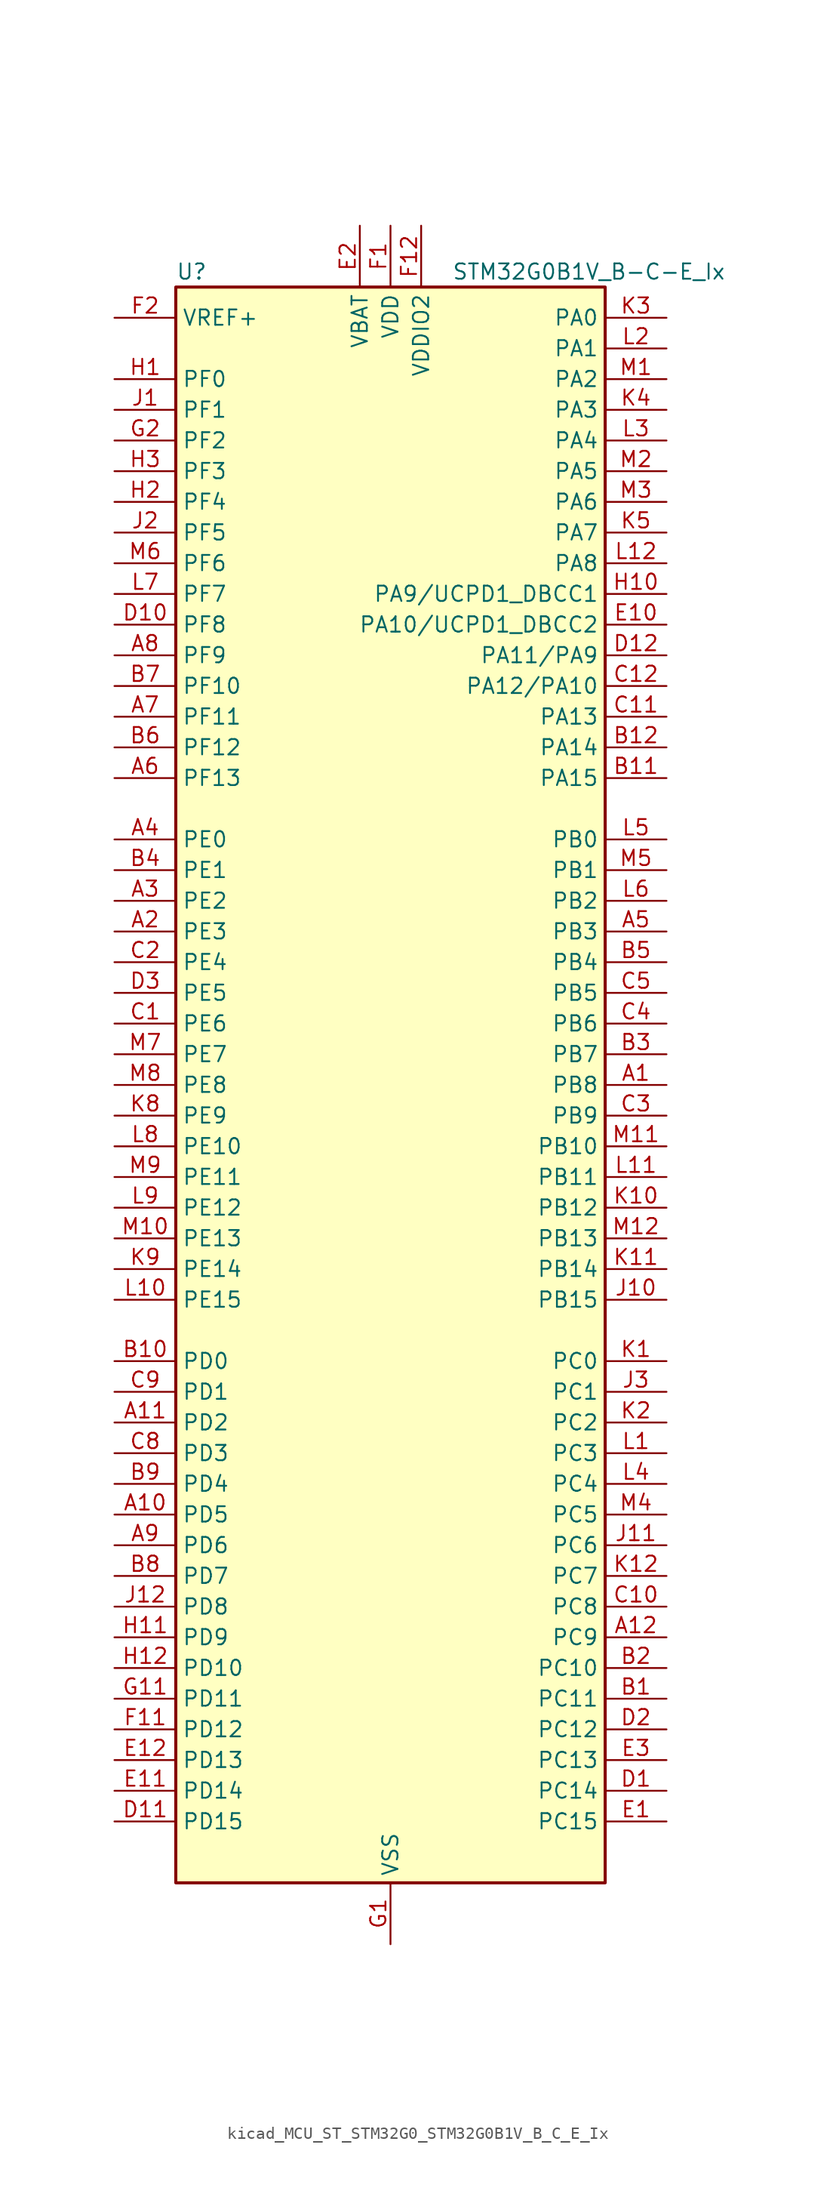
<source format=kicad_sym>
(kicad_symbol_lib
  (version 20220914)
  (generator kicad_symbol_editor)
  (symbol "kicad_MCU_ST_STM32G0_STM32G0B1V_B_C_E_Ix"
    (property "Reference" "U"
      (at -17.78 67.31 0)
      (effects (font (size 1.27 1.27)) (justify left)))
    (property "Value" "STM32G0B1V_B-C-E_Ix"
      (at 5.08 67.31 0)
      (effects (font (size 1.27 1.27)) (justify left)))
    (property "ki_locked" ""
      (at 0 0 0)
      (effects (font (size 1.27 1.27))))
    (symbol "kicad_MCU_ST_STM32G0_STM32G0B1V_B_C_E_Ix_0_1"
      (rectangle (start -17.78 -66.04) (end 17.78 66.04) (stroke (width 0.254) (type default)) (fill (type background))))
    (symbol "kicad_MCU_ST_STM32G0_STM32G0B1V_B_C_E_Ix_1_1"
      (pin bidirectional line (at 22.86 0 180) (length 5.08) (name "PB8" (effects (font (size 1.27 1.27)))) (number "A1" (effects (font (size 1.27 1.27)))) (alternate "CEC" bidirectional line) (alternate "FDCAN1_RX" bidirectional line) (alternate "I2C1_SCL" bidirectional line) (alternate "I2S2_CK" bidirectional line) (alternate "SPI2_SCK" bidirectional line) (alternate "TIM15_BK" bidirectional line) (alternate "TIM16_CH1" bidirectional line) (alternate "TIM4_CH3" bidirectional line) (alternate "USART3_TX" bidirectional line) (alternate "USART6_TX" bidirectional line))
      (pin bidirectional line (at -22.86 -35.56 0) (length 5.08) (name "PD5" (effects (font (size 1.27 1.27)))) (number "A10" (effects (font (size 1.27 1.27)))) (alternate "I2S1_MCK" bidirectional line) (alternate "SPI1_MISO" bidirectional line) (alternate "TIM1_BK" bidirectional line) (alternate "USART2_TX" bidirectional line) (alternate "USART5_CTS" bidirectional line) (alternate "USART5_NSS" bidirectional line))
      (pin bidirectional line (at -22.86 -27.94 0) (length 5.08) (name "PD2" (effects (font (size 1.27 1.27)))) (number "A11" (effects (font (size 1.27 1.27)))) (alternate "TIM1_CH1N" bidirectional line) (alternate "TIM3_ETR" bidirectional line) (alternate "UCPD2_CC2" bidirectional line) (alternate "USART3_CK" bidirectional line) (alternate "USART3_DE" bidirectional line) (alternate "USART3_RTS" bidirectional line) (alternate "USART5_RX" bidirectional line))
      (pin bidirectional line (at 22.86 -45.72 180) (length 5.08) (name "PC9" (effects (font (size 1.27 1.27)))) (number "A12" (effects (font (size 1.27 1.27)))) (alternate "DAC1_EXTI9" bidirectional line) (alternate "I2S_CKIN" bidirectional line) (alternate "LPUART2_DE" bidirectional line) (alternate "LPUART2_RTS" bidirectional line) (alternate "TIM1_CH2" bidirectional line) (alternate "TIM3_CH4" bidirectional line) (alternate "USB_NOE" bidirectional line))
      (pin bidirectional line (at -22.86 12.7 0) (length 5.08) (name "PE3" (effects (font (size 1.27 1.27)))) (number "A2" (effects (font (size 1.27 1.27)))) (alternate "TIM3_CH1" bidirectional line))
      (pin bidirectional line (at -22.86 15.24 0) (length 5.08) (name "PE2" (effects (font (size 1.27 1.27)))) (number "A3" (effects (font (size 1.27 1.27)))) (alternate "TIM3_ETR" bidirectional line))
      (pin bidirectional line (at -22.86 20.32 0) (length 5.08) (name "PE0" (effects (font (size 1.27 1.27)))) (number "A4" (effects (font (size 1.27 1.27)))) (alternate "TIM16_CH1" bidirectional line) (alternate "TIM4_ETR" bidirectional line))
      (pin bidirectional line (at 22.86 12.7 180) (length 5.08) (name "PB3" (effects (font (size 1.27 1.27)))) (number "A5" (effects (font (size 1.27 1.27)))) (alternate "COMP2_INM" bidirectional line) (alternate "I2C2_SCL" bidirectional line) (alternate "I2C3_SCL" bidirectional line) (alternate "I2S1_CK" bidirectional line) (alternate "SPI1_SCK" bidirectional line) (alternate "SPI3_SCK" bidirectional line) (alternate "TIM1_CH2" bidirectional line) (alternate "TIM2_CH2" bidirectional line) (alternate "USART1_CK" bidirectional line) (alternate "USART1_DE" bidirectional line) (alternate "USART1_RTS" bidirectional line) (alternate "USART5_TX" bidirectional line))
      (pin bidirectional line (at -22.86 25.4 0) (length 5.08) (name "PF13" (effects (font (size 1.27 1.27)))) (number "A6" (effects (font (size 1.27 1.27)))) (alternate "TIM15_CH2" bidirectional line))
      (pin bidirectional line (at -22.86 30.48 0) (length 5.08) (name "PF11" (effects (font (size 1.27 1.27)))) (number "A7" (effects (font (size 1.27 1.27)))) (alternate "ADC1_EXTI11" bidirectional line) (alternate "USART6_CK" bidirectional line) (alternate "USART6_DE" bidirectional line) (alternate "USART6_RTS" bidirectional line))
      (pin bidirectional line (at -22.86 35.56 0) (length 5.08) (name "PF9" (effects (font (size 1.27 1.27)))) (number "A8" (effects (font (size 1.27 1.27)))) (alternate "DAC1_EXTI9" bidirectional line) (alternate "USART6_TX" bidirectional line))
      (pin bidirectional line (at -22.86 -38.1 0) (length 5.08) (name "PD6" (effects (font (size 1.27 1.27)))) (number "A9" (effects (font (size 1.27 1.27)))) (alternate "I2S1_SD" bidirectional line) (alternate "LPTIM2_OUT" bidirectional line) (alternate "SPI1_MOSI" bidirectional line) (alternate "USART2_RX" bidirectional line))
      (pin bidirectional line (at 22.86 -50.8 180) (length 5.08) (name "PC11" (effects (font (size 1.27 1.27)))) (number "B1" (effects (font (size 1.27 1.27)))) (alternate "ADC1_EXTI11" bidirectional line) (alternate "SPI3_MISO" bidirectional line) (alternate "TIM1_CH4" bidirectional line) (alternate "USART3_RX" bidirectional line) (alternate "USART4_RX" bidirectional line))
      (pin bidirectional line (at -22.86 -22.86 0) (length 5.08) (name "PD0" (effects (font (size 1.27 1.27)))) (number "B10" (effects (font (size 1.27 1.27)))) (alternate "FDCAN1_RX" bidirectional line) (alternate "I2S2_WS" bidirectional line) (alternate "SPI2_NSS" bidirectional line) (alternate "TIM16_CH1" bidirectional line) (alternate "UCPD2_CC1" bidirectional line))
      (pin bidirectional line (at 22.86 25.4 180) (length 5.08) (name "PA15" (effects (font (size 1.27 1.27)))) (number "B11" (effects (font (size 1.27 1.27)))) (alternate "I2C2_SMBA" bidirectional line) (alternate "I2S1_WS" bidirectional line) (alternate "RCC_MCO_2" bidirectional line) (alternate "SPI1_NSS" bidirectional line) (alternate "SPI3_NSS" bidirectional line) (alternate "TIM2_CH1" bidirectional line) (alternate "TIM2_ETR" bidirectional line) (alternate "USART2_RX" bidirectional line) (alternate "USART3_CK" bidirectional line) (alternate "USART3_DE" bidirectional line) (alternate "USART3_RTS" bidirectional line) (alternate "USART4_CK" bidirectional line) (alternate "USART4_DE" bidirectional line) (alternate "USART4_RTS" bidirectional line) (alternate "USB_NOE" bidirectional line))
      (pin bidirectional line (at 22.86 27.94 180) (length 5.08) (name "PA14" (effects (font (size 1.27 1.27)))) (number "B12" (effects (font (size 1.27 1.27)))) (alternate "LPUART2_TX" bidirectional line) (alternate "SYS_SWCLK" bidirectional line) (alternate "USART2_TX" bidirectional line))
      (pin bidirectional line (at 22.86 -48.26 180) (length 5.08) (name "PC10" (effects (font (size 1.27 1.27)))) (number "B2" (effects (font (size 1.27 1.27)))) (alternate "SPI3_SCK" bidirectional line) (alternate "TIM1_CH3" bidirectional line) (alternate "USART3_TX" bidirectional line) (alternate "USART4_TX" bidirectional line))
      (pin bidirectional line (at 22.86 2.54 180) (length 5.08) (name "PB7" (effects (font (size 1.27 1.27)))) (number "B3" (effects (font (size 1.27 1.27)))) (alternate "COMP2_INM" bidirectional line) (alternate "I2C1_SDA" bidirectional line) (alternate "I2S2_SD" bidirectional line) (alternate "LPTIM1_IN2" bidirectional line) (alternate "LPUART2_RX" bidirectional line) (alternate "SPI2_MOSI" bidirectional line) (alternate "SYS_PVD_IN" bidirectional line) (alternate "TIM17_CH1N" bidirectional line) (alternate "TIM4_CH2" bidirectional line) (alternate "USART1_RX" bidirectional line) (alternate "USART4_CTS" bidirectional line) (alternate "USART4_NSS" bidirectional line))
      (pin bidirectional line (at -22.86 17.78 0) (length 5.08) (name "PE1" (effects (font (size 1.27 1.27)))) (number "B4" (effects (font (size 1.27 1.27)))) (alternate "TIM17_CH1" bidirectional line))
      (pin bidirectional line (at 22.86 10.16 180) (length 5.08) (name "PB4" (effects (font (size 1.27 1.27)))) (number "B5" (effects (font (size 1.27 1.27)))) (alternate "COMP2_INP" bidirectional line) (alternate "I2C2_SDA" bidirectional line) (alternate "I2C3_SDA" bidirectional line) (alternate "I2S1_MCK" bidirectional line) (alternate "SPI1_MISO" bidirectional line) (alternate "SPI3_MISO" bidirectional line) (alternate "TIM17_BK" bidirectional line) (alternate "TIM3_CH1" bidirectional line) (alternate "USART1_CTS" bidirectional line) (alternate "USART1_NSS" bidirectional line) (alternate "USART5_RX" bidirectional line))
      (pin bidirectional line (at -22.86 27.94 0) (length 5.08) (name "PF12" (effects (font (size 1.27 1.27)))) (number "B6" (effects (font (size 1.27 1.27)))) (alternate "TIM15_CH1" bidirectional line) (alternate "USART6_CTS" bidirectional line) (alternate "USART6_NSS" bidirectional line))
      (pin bidirectional line (at -22.86 33.02 0) (length 5.08) (name "PF10" (effects (font (size 1.27 1.27)))) (number "B7" (effects (font (size 1.27 1.27)))) (alternate "USART6_RX" bidirectional line))
      (pin bidirectional line (at -22.86 -40.64 0) (length 5.08) (name "PD7" (effects (font (size 1.27 1.27)))) (number "B8" (effects (font (size 1.27 1.27)))) (alternate "RCC_MCO_2" bidirectional line))
      (pin bidirectional line (at -22.86 -33.02 0) (length 5.08) (name "PD4" (effects (font (size 1.27 1.27)))) (number "B9" (effects (font (size 1.27 1.27)))) (alternate "I2S2_SD" bidirectional line) (alternate "SPI2_MOSI" bidirectional line) (alternate "TIM1_CH3N" bidirectional line) (alternate "USART2_CK" bidirectional line) (alternate "USART2_DE" bidirectional line) (alternate "USART2_RTS" bidirectional line) (alternate "USART5_CK" bidirectional line) (alternate "USART5_DE" bidirectional line) (alternate "USART5_RTS" bidirectional line))
      (pin bidirectional line (at -22.86 5.08 0) (length 5.08) (name "PE6" (effects (font (size 1.27 1.27)))) (number "C1" (effects (font (size 1.27 1.27)))) (alternate "RTC_TAMP_IN3" bidirectional line) (alternate "SYS_WKUP3" bidirectional line) (alternate "TIM3_CH4" bidirectional line))
      (pin bidirectional line (at 22.86 -43.18 180) (length 5.08) (name "PC8" (effects (font (size 1.27 1.27)))) (number "C10" (effects (font (size 1.27 1.27)))) (alternate "LPUART2_CTS" bidirectional line) (alternate "TIM1_CH1" bidirectional line) (alternate "TIM3_CH3" bidirectional line) (alternate "UCPD2_FRSTX1" bidirectional line) (alternate "UCPD2_FRSTX2" bidirectional line))
      (pin bidirectional line (at 22.86 30.48 180) (length 5.08) (name "PA13" (effects (font (size 1.27 1.27)))) (number "C11" (effects (font (size 1.27 1.27)))) (alternate "IR_OUT" bidirectional line) (alternate "LPUART2_RX" bidirectional line) (alternate "SYS_SWDIO" bidirectional line) (alternate "USB_NOE" bidirectional line))
      (pin bidirectional line (at 22.86 33.02 180) (length 5.08) (name "PA12/PA10" (effects (font (size 1.27 1.27)))) (number "C12" (effects (font (size 1.27 1.27)))) (alternate "COMP2_OUT" bidirectional line) (alternate "FDCAN1_TX" bidirectional line) (alternate "I2C2_SDA" bidirectional line) (alternate "I2S1_SD" bidirectional line) (alternate "I2S_CKIN" bidirectional line) (alternate "SPI1_MOSI" bidirectional line) (alternate "TIM1_ETR" bidirectional line) (alternate "USART1_CK" bidirectional line) (alternate "USART1_DE" bidirectional line) (alternate "USART1_RTS" bidirectional line) (alternate "USB_DP" bidirectional line))
      (pin bidirectional line (at -22.86 10.16 0) (length 5.08) (name "PE4" (effects (font (size 1.27 1.27)))) (number "C2" (effects (font (size 1.27 1.27)))) (alternate "TIM3_CH2" bidirectional line))
      (pin bidirectional line (at 22.86 -2.54 180) (length 5.08) (name "PB9" (effects (font (size 1.27 1.27)))) (number "C3" (effects (font (size 1.27 1.27)))) (alternate "DAC1_EXTI9" bidirectional line) (alternate "FDCAN1_TX" bidirectional line) (alternate "I2C1_SDA" bidirectional line) (alternate "I2S2_WS" bidirectional line) (alternate "IR_OUT" bidirectional line) (alternate "SPI2_NSS" bidirectional line) (alternate "TIM17_CH1" bidirectional line) (alternate "TIM4_CH4" bidirectional line) (alternate "UCPD2_FRSTX1" bidirectional line) (alternate "UCPD2_FRSTX2" bidirectional line) (alternate "USART3_RX" bidirectional line) (alternate "USART6_RX" bidirectional line))
      (pin bidirectional line (at 22.86 5.08 180) (length 5.08) (name "PB6" (effects (font (size 1.27 1.27)))) (number "C4" (effects (font (size 1.27 1.27)))) (alternate "COMP2_INP" bidirectional line) (alternate "FDCAN2_TX" bidirectional line) (alternate "I2C1_SCL" bidirectional line) (alternate "I2S2_MCK" bidirectional line) (alternate "LPTIM1_ETR" bidirectional line) (alternate "LPUART2_TX" bidirectional line) (alternate "SPI2_MISO" bidirectional line) (alternate "TIM16_CH1N" bidirectional line) (alternate "TIM1_CH3" bidirectional line) (alternate "TIM4_CH1" bidirectional line) (alternate "USART1_TX" bidirectional line) (alternate "USART5_CTS" bidirectional line) (alternate "USART5_NSS" bidirectional line))
      (pin bidirectional line (at 22.86 7.62 180) (length 5.08) (name "PB5" (effects (font (size 1.27 1.27)))) (number "C5" (effects (font (size 1.27 1.27)))) (alternate "COMP2_OUT" bidirectional line) (alternate "FDCAN2_RX" bidirectional line) (alternate "I2C1_SMBA" bidirectional line) (alternate "I2S1_SD" bidirectional line) (alternate "LPTIM1_IN1" bidirectional line) (alternate "SPI1_MOSI" bidirectional line) (alternate "SPI3_MOSI" bidirectional line) (alternate "SYS_WKUP6" bidirectional line) (alternate "TIM16_BK" bidirectional line) (alternate "TIM3_CH2" bidirectional line) (alternate "USART5_CK" bidirectional line) (alternate "USART5_DE" bidirectional line) (alternate "USART5_RTS" bidirectional line))
      (pin bidirectional line (at -22.86 -30.48 0) (length 5.08) (name "PD3" (effects (font (size 1.27 1.27)))) (number "C8" (effects (font (size 1.27 1.27)))) (alternate "I2S2_MCK" bidirectional line) (alternate "SPI2_MISO" bidirectional line) (alternate "TIM1_CH2N" bidirectional line) (alternate "UCPD2_DBCC2" bidirectional line) (alternate "USART2_CTS" bidirectional line) (alternate "USART2_NSS" bidirectional line) (alternate "USART5_TX" bidirectional line))
      (pin bidirectional line (at -22.86 -25.4 0) (length 5.08) (name "PD1" (effects (font (size 1.27 1.27)))) (number "C9" (effects (font (size 1.27 1.27)))) (alternate "FDCAN1_TX" bidirectional line) (alternate "I2S2_CK" bidirectional line) (alternate "SPI2_SCK" bidirectional line) (alternate "TIM17_CH1" bidirectional line) (alternate "UCPD2_DBCC1" bidirectional line))
      (pin bidirectional line (at 22.86 -58.42 180) (length 5.08) (name "PC14" (effects (font (size 1.27 1.27)))) (number "D1" (effects (font (size 1.27 1.27)))) (alternate "RCC_OSC32_IN" bidirectional line) (alternate "TIM1_BK2" bidirectional line))
      (pin bidirectional line (at -22.86 38.1 0) (length 5.08) (name "PF8" (effects (font (size 1.27 1.27)))) (number "D10" (effects (font (size 1.27 1.27)))))
      (pin bidirectional line (at -22.86 -60.96 0) (length 5.08) (name "PD15" (effects (font (size 1.27 1.27)))) (number "D11" (effects (font (size 1.27 1.27)))) (alternate "CRS1_SYNC" bidirectional line) (alternate "FDCAN2_TX" bidirectional line) (alternate "LPUART2_DE" bidirectional line) (alternate "LPUART2_RTS" bidirectional line) (alternate "TIM4_CH4" bidirectional line))
      (pin bidirectional line (at 22.86 35.56 180) (length 5.08) (name "PA11/PA9" (effects (font (size 1.27 1.27)))) (number "D12" (effects (font (size 1.27 1.27)))) (alternate "ADC1_EXTI11" bidirectional line) (alternate "COMP1_OUT" bidirectional line) (alternate "FDCAN1_RX" bidirectional line) (alternate "I2C2_SCL" bidirectional line) (alternate "I2S1_MCK" bidirectional line) (alternate "SPI1_MISO" bidirectional line) (alternate "TIM1_BK2" bidirectional line) (alternate "TIM1_CH4" bidirectional line) (alternate "USART1_CTS" bidirectional line) (alternate "USART1_NSS" bidirectional line) (alternate "USB_DM" bidirectional line))
      (pin bidirectional line (at 22.86 -53.34 180) (length 5.08) (name "PC12" (effects (font (size 1.27 1.27)))) (number "D2" (effects (font (size 1.27 1.27)))) (alternate "LPTIM1_IN1" bidirectional line) (alternate "SPI3_MOSI" bidirectional line) (alternate "TIM14_CH1" bidirectional line) (alternate "UCPD1_FRSTX1" bidirectional line) (alternate "UCPD1_FRSTX2" bidirectional line) (alternate "USART5_TX" bidirectional line))
      (pin bidirectional line (at -22.86 7.62 0) (length 5.08) (name "PE5" (effects (font (size 1.27 1.27)))) (number "D3" (effects (font (size 1.27 1.27)))) (alternate "TIM3_CH3" bidirectional line))
      (pin bidirectional line (at 22.86 -60.96 180) (length 5.08) (name "PC15" (effects (font (size 1.27 1.27)))) (number "E1" (effects (font (size 1.27 1.27)))) (alternate "RCC_OSC32_EN" bidirectional line) (alternate "RCC_OSC32_OUT" bidirectional line) (alternate "RCC_OSC_EN" bidirectional line) (alternate "TIM15_BK" bidirectional line))
      (pin bidirectional line (at 22.86 38.1 180) (length 5.08) (name "PA10/UCPD1_DBCC2" (effects (font (size 1.27 1.27)))) (number "E10" (effects (font (size 1.27 1.27)))) (alternate "I2C1_SDA" bidirectional line) (alternate "I2C2_SDA" bidirectional line) (alternate "I2S2_SD" bidirectional line) (alternate "RCC_MCO_2" bidirectional line) (alternate "SPI2_MOSI" bidirectional line) (alternate "TIM17_BK" bidirectional line) (alternate "TIM1_CH3" bidirectional line) (alternate "UCPD1_DBCC2" bidirectional line) (alternate "USART1_RX" bidirectional line))
      (pin bidirectional line (at -22.86 -58.42 0) (length 5.08) (name "PD14" (effects (font (size 1.27 1.27)))) (number "E11" (effects (font (size 1.27 1.27)))) (alternate "FDCAN2_RX" bidirectional line) (alternate "LPUART2_CTS" bidirectional line) (alternate "TIM4_CH3" bidirectional line))
      (pin bidirectional line (at -22.86 -55.88 0) (length 5.08) (name "PD13" (effects (font (size 1.27 1.27)))) (number "E12" (effects (font (size 1.27 1.27)))) (alternate "FDCAN1_TX" bidirectional line) (alternate "LPTIM2_OUT" bidirectional line) (alternate "TIM4_CH2" bidirectional line))
      (pin power_in line (at -2.54 71.12 270) (length 5.08) (name "VBAT" (effects (font (size 1.27 1.27)))) (number "E2" (effects (font (size 1.27 1.27)))))
      (pin bidirectional line (at 22.86 -55.88 180) (length 5.08) (name "PC13" (effects (font (size 1.27 1.27)))) (number "E3" (effects (font (size 1.27 1.27)))) (alternate "RTC_OUT1" bidirectional line) (alternate "RTC_TAMP_IN1" bidirectional line) (alternate "RTC_TS" bidirectional line) (alternate "SYS_WKUP2" bidirectional line) (alternate "TIM1_BK" bidirectional line))
      (pin power_in line (at 0 71.12 270) (length 5.08) (name "VDD" (effects (font (size 1.27 1.27)))) (number "F1" (effects (font (size 1.27 1.27)))))
      (pin bidirectional line (at -22.86 -53.34 0) (length 5.08) (name "PD12" (effects (font (size 1.27 1.27)))) (number "F11" (effects (font (size 1.27 1.27)))) (alternate "FDCAN1_RX" bidirectional line) (alternate "LPTIM2_IN1" bidirectional line) (alternate "TIM4_CH1" bidirectional line) (alternate "USART3_CK" bidirectional line) (alternate "USART3_DE" bidirectional line) (alternate "USART3_RTS" bidirectional line))
      (pin power_in line (at 2.54 71.12 270) (length 5.08) (name "VDDIO2" (effects (font (size 1.27 1.27)))) (number "F12" (effects (font (size 1.27 1.27)))))
      (pin input line (at -22.86 63.5 0) (length 5.08) (name "VREF+" (effects (font (size 1.27 1.27)))) (number "F2" (effects (font (size 1.27 1.27)))) (alternate "VREFBUF_OUT" bidirectional line))
      (pin power_in line (at 0 -71.12 90) (length 5.08) (name "VSS" (effects (font (size 1.27 1.27)))) (number "G1" (effects (font (size 1.27 1.27)))))
      (pin bidirectional line (at -22.86 -50.8 0) (length 5.08) (name "PD11" (effects (font (size 1.27 1.27)))) (number "G11" (effects (font (size 1.27 1.27)))) (alternate "ADC1_EXTI11" bidirectional line) (alternate "LPTIM2_ETR" bidirectional line) (alternate "USART3_CTS" bidirectional line) (alternate "USART3_NSS" bidirectional line))
      (pin passive line (at 0 -71.12 90) (length 5.08) hide (name "VSS" (effects (font (size 1.27 1.27)))) (number "G12" (effects (font (size 1.27 1.27)))))
      (pin bidirectional line (at -22.86 53.34 0) (length 5.08) (name "PF2" (effects (font (size 1.27 1.27)))) (number "G2" (effects (font (size 1.27 1.27)))) (alternate "LPUART2_DE" bidirectional line) (alternate "LPUART2_RTS" bidirectional line) (alternate "LPUART2_TX" bidirectional line) (alternate "RCC_MCO" bidirectional line))
      (pin bidirectional line (at -22.86 58.42 0) (length 5.08) (name "PF0" (effects (font (size 1.27 1.27)))) (number "H1" (effects (font (size 1.27 1.27)))) (alternate "CRS1_SYNC" bidirectional line) (alternate "RCC_OSC_IN" bidirectional line) (alternate "TIM14_CH1" bidirectional line))
      (pin bidirectional line (at 22.86 40.64 180) (length 5.08) (name "PA9/UCPD1_DBCC1" (effects (font (size 1.27 1.27)))) (number "H10" (effects (font (size 1.27 1.27)))) (alternate "DAC1_EXTI9" bidirectional line) (alternate "I2C1_SCL" bidirectional line) (alternate "I2C2_SCL" bidirectional line) (alternate "I2S2_MCK" bidirectional line) (alternate "RCC_MCO" bidirectional line) (alternate "SPI2_MISO" bidirectional line) (alternate "TIM15_BK" bidirectional line) (alternate "TIM1_CH2" bidirectional line) (alternate "UCPD1_DBCC1" bidirectional line) (alternate "USART1_TX" bidirectional line))
      (pin bidirectional line (at -22.86 -45.72 0) (length 5.08) (name "PD9" (effects (font (size 1.27 1.27)))) (number "H11" (effects (font (size 1.27 1.27)))) (alternate "DAC1_EXTI9" bidirectional line) (alternate "I2S1_WS" bidirectional line) (alternate "SPI1_NSS" bidirectional line) (alternate "TIM1_BK2" bidirectional line) (alternate "USART3_RX" bidirectional line))
      (pin bidirectional line (at -22.86 -48.26 0) (length 5.08) (name "PD10" (effects (font (size 1.27 1.27)))) (number "H12" (effects (font (size 1.27 1.27)))) (alternate "RCC_MCO" bidirectional line))
      (pin bidirectional line (at -22.86 48.26 0) (length 5.08) (name "PF4" (effects (font (size 1.27 1.27)))) (number "H2" (effects (font (size 1.27 1.27)))) (alternate "LPUART1_TX" bidirectional line))
      (pin bidirectional line (at -22.86 50.8 0) (length 5.08) (name "PF3" (effects (font (size 1.27 1.27)))) (number "H3" (effects (font (size 1.27 1.27)))) (alternate "LPUART2_RX" bidirectional line) (alternate "USART6_CK" bidirectional line) (alternate "USART6_DE" bidirectional line) (alternate "USART6_RTS" bidirectional line))
      (pin bidirectional line (at -22.86 55.88 0) (length 5.08) (name "PF1" (effects (font (size 1.27 1.27)))) (number "J1" (effects (font (size 1.27 1.27)))) (alternate "RCC_OSC_EN" bidirectional line) (alternate "RCC_OSC_OUT" bidirectional line) (alternate "TIM15_CH1N" bidirectional line))
      (pin bidirectional line (at 22.86 -17.78 180) (length 5.08) (name "PB15" (effects (font (size 1.27 1.27)))) (number "J10" (effects (font (size 1.27 1.27)))) (alternate "I2S2_SD" bidirectional line) (alternate "RTC_REFIN" bidirectional line) (alternate "SPI2_MOSI" bidirectional line) (alternate "TIM15_CH1N" bidirectional line) (alternate "TIM15_CH2" bidirectional line) (alternate "TIM1_CH3N" bidirectional line) (alternate "UCPD1_CC2" bidirectional line) (alternate "USART6_CTS" bidirectional line) (alternate "USART6_NSS" bidirectional line))
      (pin bidirectional line (at 22.86 -38.1 180) (length 5.08) (name "PC6" (effects (font (size 1.27 1.27)))) (number "J11" (effects (font (size 1.27 1.27)))) (alternate "LPUART2_TX" bidirectional line) (alternate "TIM2_CH3" bidirectional line) (alternate "TIM3_CH1" bidirectional line) (alternate "UCPD1_FRSTX1" bidirectional line) (alternate "UCPD1_FRSTX2" bidirectional line))
      (pin bidirectional line (at -22.86 -43.18 0) (length 5.08) (name "PD8" (effects (font (size 1.27 1.27)))) (number "J12" (effects (font (size 1.27 1.27)))) (alternate "I2S1_CK" bidirectional line) (alternate "LPTIM1_OUT" bidirectional line) (alternate "SPI1_SCK" bidirectional line) (alternate "USART3_TX" bidirectional line))
      (pin bidirectional line (at -22.86 45.72 0) (length 5.08) (name "PF5" (effects (font (size 1.27 1.27)))) (number "J2" (effects (font (size 1.27 1.27)))) (alternate "LPUART1_RX" bidirectional line))
      (pin bidirectional line (at 22.86 -25.4 180) (length 5.08) (name "PC1" (effects (font (size 1.27 1.27)))) (number "J3" (effects (font (size 1.27 1.27)))) (alternate "COMP3_INP" bidirectional line) (alternate "I2C3_SDA" bidirectional line) (alternate "LPTIM1_OUT" bidirectional line) (alternate "LPUART1_TX" bidirectional line) (alternate "LPUART2_RX" bidirectional line) (alternate "TIM15_CH1" bidirectional line) (alternate "USART6_RX" bidirectional line))
      (pin bidirectional line (at 22.86 -22.86 180) (length 5.08) (name "PC0" (effects (font (size 1.27 1.27)))) (number "K1" (effects (font (size 1.27 1.27)))) (alternate "COMP3_INM" bidirectional line) (alternate "COMP3_OUT" bidirectional line) (alternate "I2C3_SCL" bidirectional line) (alternate "LPTIM1_IN1" bidirectional line) (alternate "LPTIM2_IN1" bidirectional line) (alternate "LPUART1_RX" bidirectional line) (alternate "LPUART2_TX" bidirectional line) (alternate "USART6_TX" bidirectional line))
      (pin bidirectional line (at 22.86 -10.16 180) (length 5.08) (name "PB12" (effects (font (size 1.27 1.27)))) (number "K10" (effects (font (size 1.27 1.27)))) (alternate "ADC1_IN16" bidirectional line) (alternate "FDCAN2_RX" bidirectional line) (alternate "I2C2_SMBA" bidirectional line) (alternate "I2S2_WS" bidirectional line) (alternate "LPUART1_DE" bidirectional line) (alternate "LPUART1_RTS" bidirectional line) (alternate "SPI2_NSS" bidirectional line) (alternate "TIM15_BK" bidirectional line) (alternate "TIM1_BK" bidirectional line) (alternate "UCPD2_FRSTX1" bidirectional line) (alternate "UCPD2_FRSTX2" bidirectional line))
      (pin bidirectional line (at 22.86 -15.24 180) (length 5.08) (name "PB14" (effects (font (size 1.27 1.27)))) (number "K11" (effects (font (size 1.27 1.27)))) (alternate "I2C2_SDA" bidirectional line) (alternate "I2S2_MCK" bidirectional line) (alternate "SPI2_MISO" bidirectional line) (alternate "TIM15_CH1" bidirectional line) (alternate "TIM1_CH2N" bidirectional line) (alternate "UCPD1_FRSTX1" bidirectional line) (alternate "UCPD1_FRSTX2" bidirectional line) (alternate "USART3_CK" bidirectional line) (alternate "USART3_DE" bidirectional line) (alternate "USART3_RTS" bidirectional line) (alternate "USART6_CK" bidirectional line) (alternate "USART6_DE" bidirectional line) (alternate "USART6_RTS" bidirectional line))
      (pin bidirectional line (at 22.86 -40.64 180) (length 5.08) (name "PC7" (effects (font (size 1.27 1.27)))) (number "K12" (effects (font (size 1.27 1.27)))) (alternate "LPUART2_RX" bidirectional line) (alternate "TIM2_CH4" bidirectional line) (alternate "TIM3_CH2" bidirectional line) (alternate "UCPD2_FRSTX1" bidirectional line) (alternate "UCPD2_FRSTX2" bidirectional line))
      (pin bidirectional line (at 22.86 -27.94 180) (length 5.08) (name "PC2" (effects (font (size 1.27 1.27)))) (number "K2" (effects (font (size 1.27 1.27)))) (alternate "COMP3_OUT" bidirectional line) (alternate "FDCAN2_RX" bidirectional line) (alternate "I2S2_MCK" bidirectional line) (alternate "LPTIM1_IN2" bidirectional line) (alternate "SPI2_MISO" bidirectional line) (alternate "TIM15_CH2" bidirectional line))
      (pin bidirectional line (at 22.86 63.5 180) (length 5.08) (name "PA0" (effects (font (size 1.27 1.27)))) (number "K3" (effects (font (size 1.27 1.27)))) (alternate "ADC1_IN0" bidirectional line) (alternate "COMP1_INM" bidirectional line) (alternate "COMP1_OUT" bidirectional line) (alternate "I2S2_CK" bidirectional line) (alternate "LPTIM1_OUT" bidirectional line) (alternate "RTC_TAMP_IN2" bidirectional line) (alternate "SPI2_SCK" bidirectional line) (alternate "SYS_WKUP1" bidirectional line) (alternate "TIM2_CH1" bidirectional line) (alternate "TIM2_ETR" bidirectional line) (alternate "UCPD2_FRSTX1" bidirectional line) (alternate "UCPD2_FRSTX2" bidirectional line) (alternate "USART2_CTS" bidirectional line) (alternate "USART2_NSS" bidirectional line) (alternate "USART4_TX" bidirectional line))
      (pin bidirectional line (at 22.86 55.88 180) (length 5.08) (name "PA3" (effects (font (size 1.27 1.27)))) (number "K4" (effects (font (size 1.27 1.27)))) (alternate "ADC1_IN3" bidirectional line) (alternate "COMP2_INP" bidirectional line) (alternate "I2S2_MCK" bidirectional line) (alternate "LPUART1_RX" bidirectional line) (alternate "SPI2_MISO" bidirectional line) (alternate "TIM15_CH2" bidirectional line) (alternate "TIM2_CH4" bidirectional line) (alternate "UCPD2_FRSTX1" bidirectional line) (alternate "UCPD2_FRSTX2" bidirectional line) (alternate "USART2_RX" bidirectional line))
      (pin bidirectional line (at 22.86 45.72 180) (length 5.08) (name "PA7" (effects (font (size 1.27 1.27)))) (number "K5" (effects (font (size 1.27 1.27)))) (alternate "ADC1_IN7" bidirectional line) (alternate "COMP2_OUT" bidirectional line) (alternate "I2C2_SCL" bidirectional line) (alternate "I2C3_SCL" bidirectional line) (alternate "I2S1_SD" bidirectional line) (alternate "SPI1_MOSI" bidirectional line) (alternate "TIM14_CH1" bidirectional line) (alternate "TIM17_CH1" bidirectional line) (alternate "TIM1_CH1N" bidirectional line) (alternate "TIM3_CH2" bidirectional line) (alternate "UCPD1_FRSTX1" bidirectional line) (alternate "UCPD1_FRSTX2" bidirectional line) (alternate "USART6_CK" bidirectional line) (alternate "USART6_DE" bidirectional line) (alternate "USART6_RTS" bidirectional line))
      (pin bidirectional line (at -22.86 -2.54 0) (length 5.08) (name "PE9" (effects (font (size 1.27 1.27)))) (number "K8" (effects (font (size 1.27 1.27)))) (alternate "DAC1_EXTI9" bidirectional line) (alternate "TIM1_CH1" bidirectional line) (alternate "USART4_RX" bidirectional line))
      (pin bidirectional line (at -22.86 -15.24 0) (length 5.08) (name "PE14" (effects (font (size 1.27 1.27)))) (number "K9" (effects (font (size 1.27 1.27)))) (alternate "I2S1_MCK" bidirectional line) (alternate "SPI1_MISO" bidirectional line) (alternate "TIM1_BK2" bidirectional line) (alternate "TIM1_CH4" bidirectional line))
      (pin bidirectional line (at 22.86 -30.48 180) (length 5.08) (name "PC3" (effects (font (size 1.27 1.27)))) (number "L1" (effects (font (size 1.27 1.27)))) (alternate "FDCAN2_TX" bidirectional line) (alternate "I2S2_SD" bidirectional line) (alternate "LPTIM1_ETR" bidirectional line) (alternate "LPTIM2_ETR" bidirectional line) (alternate "SPI2_MOSI" bidirectional line))
      (pin bidirectional line (at -22.86 -17.78 0) (length 5.08) (name "PE15" (effects (font (size 1.27 1.27)))) (number "L10" (effects (font (size 1.27 1.27)))) (alternate "I2S1_SD" bidirectional line) (alternate "SPI1_MOSI" bidirectional line) (alternate "TIM1_BK" bidirectional line))
      (pin bidirectional line (at 22.86 -7.62 180) (length 5.08) (name "PB11" (effects (font (size 1.27 1.27)))) (number "L11" (effects (font (size 1.27 1.27)))) (alternate "ADC1_EXTI11" bidirectional line) (alternate "ADC1_IN15" bidirectional line) (alternate "COMP2_OUT" bidirectional line) (alternate "I2C2_SDA" bidirectional line) (alternate "I2S2_SD" bidirectional line) (alternate "LPUART1_TX" bidirectional line) (alternate "SPI2_MOSI" bidirectional line) (alternate "TIM2_CH4" bidirectional line) (alternate "USART3_RX" bidirectional line))
      (pin bidirectional line (at 22.86 43.18 180) (length 5.08) (name "PA8" (effects (font (size 1.27 1.27)))) (number "L12" (effects (font (size 1.27 1.27)))) (alternate "CRS1_SYNC" bidirectional line) (alternate "I2C2_SMBA" bidirectional line) (alternate "I2S2_WS" bidirectional line) (alternate "LPTIM2_OUT" bidirectional line) (alternate "RCC_MCO" bidirectional line) (alternate "SPI2_NSS" bidirectional line) (alternate "TIM1_CH1" bidirectional line) (alternate "UCPD1_CC1" bidirectional line))
      (pin bidirectional line (at 22.86 60.96 180) (length 5.08) (name "PA1" (effects (font (size 1.27 1.27)))) (number "L2" (effects (font (size 1.27 1.27)))) (alternate "ADC1_IN1" bidirectional line) (alternate "COMP1_INP" bidirectional line) (alternate "I2C1_SMBA" bidirectional line) (alternate "I2S1_CK" bidirectional line) (alternate "SPI1_SCK" bidirectional line) (alternate "TIM15_CH1N" bidirectional line) (alternate "TIM2_CH2" bidirectional line) (alternate "USART2_CK" bidirectional line) (alternate "USART2_DE" bidirectional line) (alternate "USART2_RTS" bidirectional line) (alternate "USART4_RX" bidirectional line))
      (pin bidirectional line (at 22.86 53.34 180) (length 5.08) (name "PA4" (effects (font (size 1.27 1.27)))) (number "L3" (effects (font (size 1.27 1.27)))) (alternate "ADC1_IN4" bidirectional line) (alternate "DAC1_OUT1" bidirectional line) (alternate "I2S1_WS" bidirectional line) (alternate "I2S2_SD" bidirectional line) (alternate "LPTIM2_OUT" bidirectional line) (alternate "RTC_OUT2" bidirectional line) (alternate "SPI1_NSS" bidirectional line) (alternate "SPI2_MOSI" bidirectional line) (alternate "SPI3_NSS" bidirectional line) (alternate "TIM14_CH1" bidirectional line) (alternate "UCPD2_FRSTX1" bidirectional line) (alternate "UCPD2_FRSTX2" bidirectional line) (alternate "USART6_TX" bidirectional line) (alternate "USB_NOE" bidirectional line))
      (pin bidirectional line (at 22.86 -33.02 180) (length 5.08) (name "PC4" (effects (font (size 1.27 1.27)))) (number "L4" (effects (font (size 1.27 1.27)))) (alternate "ADC1_IN17" bidirectional line) (alternate "COMP1_INM" bidirectional line) (alternate "FDCAN1_RX" bidirectional line) (alternate "TIM2_CH1" bidirectional line) (alternate "TIM2_ETR" bidirectional line) (alternate "USART1_TX" bidirectional line) (alternate "USART3_TX" bidirectional line))
      (pin bidirectional line (at 22.86 20.32 180) (length 5.08) (name "PB0" (effects (font (size 1.27 1.27)))) (number "L5" (effects (font (size 1.27 1.27)))) (alternate "ADC1_IN8" bidirectional line) (alternate "COMP1_OUT" bidirectional line) (alternate "COMP3_INP" bidirectional line) (alternate "FDCAN2_RX" bidirectional line) (alternate "I2S1_WS" bidirectional line) (alternate "LPTIM1_OUT" bidirectional line) (alternate "LPUART2_CTS" bidirectional line) (alternate "SPI1_NSS" bidirectional line) (alternate "TIM1_CH2N" bidirectional line) (alternate "TIM3_CH3" bidirectional line) (alternate "UCPD1_FRSTX1" bidirectional line) (alternate "UCPD1_FRSTX2" bidirectional line) (alternate "USART3_RX" bidirectional line) (alternate "USART5_TX" bidirectional line))
      (pin bidirectional line (at 22.86 15.24 180) (length 5.08) (name "PB2" (effects (font (size 1.27 1.27)))) (number "L6" (effects (font (size 1.27 1.27)))) (alternate "ADC1_IN10" bidirectional line) (alternate "COMP1_INP" bidirectional line) (alternate "COMP3_INM" bidirectional line) (alternate "I2S2_MCK" bidirectional line) (alternate "LPTIM1_OUT" bidirectional line) (alternate "RCC_MCO_2" bidirectional line) (alternate "SPI2_MISO" bidirectional line) (alternate "USART3_TX" bidirectional line))
      (pin bidirectional line (at -22.86 40.64 0) (length 5.08) (name "PF7" (effects (font (size 1.27 1.27)))) (number "L7" (effects (font (size 1.27 1.27)))) (alternate "LPUART1_CTS" bidirectional line) (alternate "USART5_CTS" bidirectional line) (alternate "USART5_NSS" bidirectional line))
      (pin bidirectional line (at -22.86 -5.08 0) (length 5.08) (name "PE10" (effects (font (size 1.27 1.27)))) (number "L8" (effects (font (size 1.27 1.27)))) (alternate "TIM1_CH2N" bidirectional line) (alternate "USART5_TX" bidirectional line))
      (pin bidirectional line (at -22.86 -10.16 0) (length 5.08) (name "PE12" (effects (font (size 1.27 1.27)))) (number "L9" (effects (font (size 1.27 1.27)))) (alternate "I2S1_WS" bidirectional line) (alternate "SPI1_NSS" bidirectional line) (alternate "TIM1_CH3N" bidirectional line))
      (pin bidirectional line (at 22.86 58.42 180) (length 5.08) (name "PA2" (effects (font (size 1.27 1.27)))) (number "M1" (effects (font (size 1.27 1.27)))) (alternate "ADC1_IN2" bidirectional line) (alternate "COMP2_INM" bidirectional line) (alternate "COMP2_OUT" bidirectional line) (alternate "I2S1_SD" bidirectional line) (alternate "LPUART1_TX" bidirectional line) (alternate "RCC_LSCO" bidirectional line) (alternate "SPI1_MOSI" bidirectional line) (alternate "SYS_WKUP4" bidirectional line) (alternate "TIM15_CH1" bidirectional line) (alternate "TIM2_CH3" bidirectional line) (alternate "UCPD1_FRSTX1" bidirectional line) (alternate "UCPD1_FRSTX2" bidirectional line) (alternate "USART2_TX" bidirectional line))
      (pin bidirectional line (at -22.86 -12.7 0) (length 5.08) (name "PE13" (effects (font (size 1.27 1.27)))) (number "M10" (effects (font (size 1.27 1.27)))) (alternate "I2S1_CK" bidirectional line) (alternate "SPI1_SCK" bidirectional line) (alternate "TIM1_CH3" bidirectional line))
      (pin bidirectional line (at 22.86 -5.08 180) (length 5.08) (name "PB10" (effects (font (size 1.27 1.27)))) (number "M11" (effects (font (size 1.27 1.27)))) (alternate "ADC1_IN11" bidirectional line) (alternate "CEC" bidirectional line) (alternate "COMP1_OUT" bidirectional line) (alternate "I2C2_SCL" bidirectional line) (alternate "I2S2_CK" bidirectional line) (alternate "LPUART1_RX" bidirectional line) (alternate "SPI2_SCK" bidirectional line) (alternate "TIM2_CH3" bidirectional line) (alternate "USART3_TX" bidirectional line))
      (pin bidirectional line (at 22.86 -12.7 180) (length 5.08) (name "PB13" (effects (font (size 1.27 1.27)))) (number "M12" (effects (font (size 1.27 1.27)))) (alternate "FDCAN2_TX" bidirectional line) (alternate "I2C2_SCL" bidirectional line) (alternate "I2S2_CK" bidirectional line) (alternate "LPUART1_CTS" bidirectional line) (alternate "SPI2_SCK" bidirectional line) (alternate "TIM15_CH1N" bidirectional line) (alternate "TIM1_CH1N" bidirectional line) (alternate "USART3_CTS" bidirectional line) (alternate "USART3_NSS" bidirectional line))
      (pin bidirectional line (at 22.86 50.8 180) (length 5.08) (name "PA5" (effects (font (size 1.27 1.27)))) (number "M2" (effects (font (size 1.27 1.27)))) (alternate "ADC1_IN5" bidirectional line) (alternate "CEC" bidirectional line) (alternate "DAC1_OUT2" bidirectional line) (alternate "I2S1_CK" bidirectional line) (alternate "LPTIM2_ETR" bidirectional line) (alternate "SPI1_SCK" bidirectional line) (alternate "TIM2_CH1" bidirectional line) (alternate "TIM2_ETR" bidirectional line) (alternate "UCPD1_FRSTX1" bidirectional line) (alternate "UCPD1_FRSTX2" bidirectional line) (alternate "USART3_TX" bidirectional line) (alternate "USART6_RX" bidirectional line))
      (pin bidirectional line (at 22.86 48.26 180) (length 5.08) (name "PA6" (effects (font (size 1.27 1.27)))) (number "M3" (effects (font (size 1.27 1.27)))) (alternate "ADC1_IN6" bidirectional line) (alternate "COMP1_OUT" bidirectional line) (alternate "I2C2_SDA" bidirectional line) (alternate "I2C3_SDA" bidirectional line) (alternate "I2S1_MCK" bidirectional line) (alternate "LPUART1_CTS" bidirectional line) (alternate "SPI1_MISO" bidirectional line) (alternate "TIM16_CH1" bidirectional line) (alternate "TIM1_BK" bidirectional line) (alternate "TIM3_CH1" bidirectional line) (alternate "USART3_CTS" bidirectional line) (alternate "USART3_NSS" bidirectional line) (alternate "USART6_CTS" bidirectional line) (alternate "USART6_NSS" bidirectional line))
      (pin bidirectional line (at 22.86 -35.56 180) (length 5.08) (name "PC5" (effects (font (size 1.27 1.27)))) (number "M4" (effects (font (size 1.27 1.27)))) (alternate "ADC1_IN18" bidirectional line) (alternate "COMP1_INP" bidirectional line) (alternate "FDCAN1_TX" bidirectional line) (alternate "SYS_WKUP5" bidirectional line) (alternate "TIM2_CH2" bidirectional line) (alternate "USART1_RX" bidirectional line) (alternate "USART3_RX" bidirectional line))
      (pin bidirectional line (at 22.86 17.78 180) (length 5.08) (name "PB1" (effects (font (size 1.27 1.27)))) (number "M5" (effects (font (size 1.27 1.27)))) (alternate "ADC1_IN9" bidirectional line) (alternate "COMP1_INM" bidirectional line) (alternate "COMP3_OUT" bidirectional line) (alternate "FDCAN2_TX" bidirectional line) (alternate "LPTIM2_IN1" bidirectional line) (alternate "LPUART1_DE" bidirectional line) (alternate "LPUART1_RTS" bidirectional line) (alternate "LPUART2_DE" bidirectional line) (alternate "LPUART2_RTS" bidirectional line) (alternate "TIM14_CH1" bidirectional line) (alternate "TIM1_CH3N" bidirectional line) (alternate "TIM3_CH4" bidirectional line) (alternate "USART3_CK" bidirectional line) (alternate "USART3_DE" bidirectional line) (alternate "USART3_RTS" bidirectional line) (alternate "USART5_RX" bidirectional line))
      (pin bidirectional line (at -22.86 43.18 0) (length 5.08) (name "PF6" (effects (font (size 1.27 1.27)))) (number "M6" (effects (font (size 1.27 1.27)))) (alternate "LPUART1_DE" bidirectional line) (alternate "LPUART1_RTS" bidirectional line))
      (pin bidirectional line (at -22.86 2.54 0) (length 5.08) (name "PE7" (effects (font (size 1.27 1.27)))) (number "M7" (effects (font (size 1.27 1.27)))) (alternate "COMP3_INP" bidirectional line) (alternate "TIM1_ETR" bidirectional line) (alternate "USART5_CK" bidirectional line) (alternate "USART5_DE" bidirectional line) (alternate "USART5_RTS" bidirectional line))
      (pin bidirectional line (at -22.86 0 0) (length 5.08) (name "PE8" (effects (font (size 1.27 1.27)))) (number "M8" (effects (font (size 1.27 1.27)))) (alternate "COMP3_INM" bidirectional line) (alternate "TIM1_CH1N" bidirectional line) (alternate "USART4_TX" bidirectional line))
      (pin bidirectional line (at -22.86 -7.62 0) (length 5.08) (name "PE11" (effects (font (size 1.27 1.27)))) (number "M9" (effects (font (size 1.27 1.27)))) (alternate "ADC1_EXTI11" bidirectional line) (alternate "TIM1_CH2" bidirectional line) (alternate "USART5_RX" bidirectional line)))))
</source>
